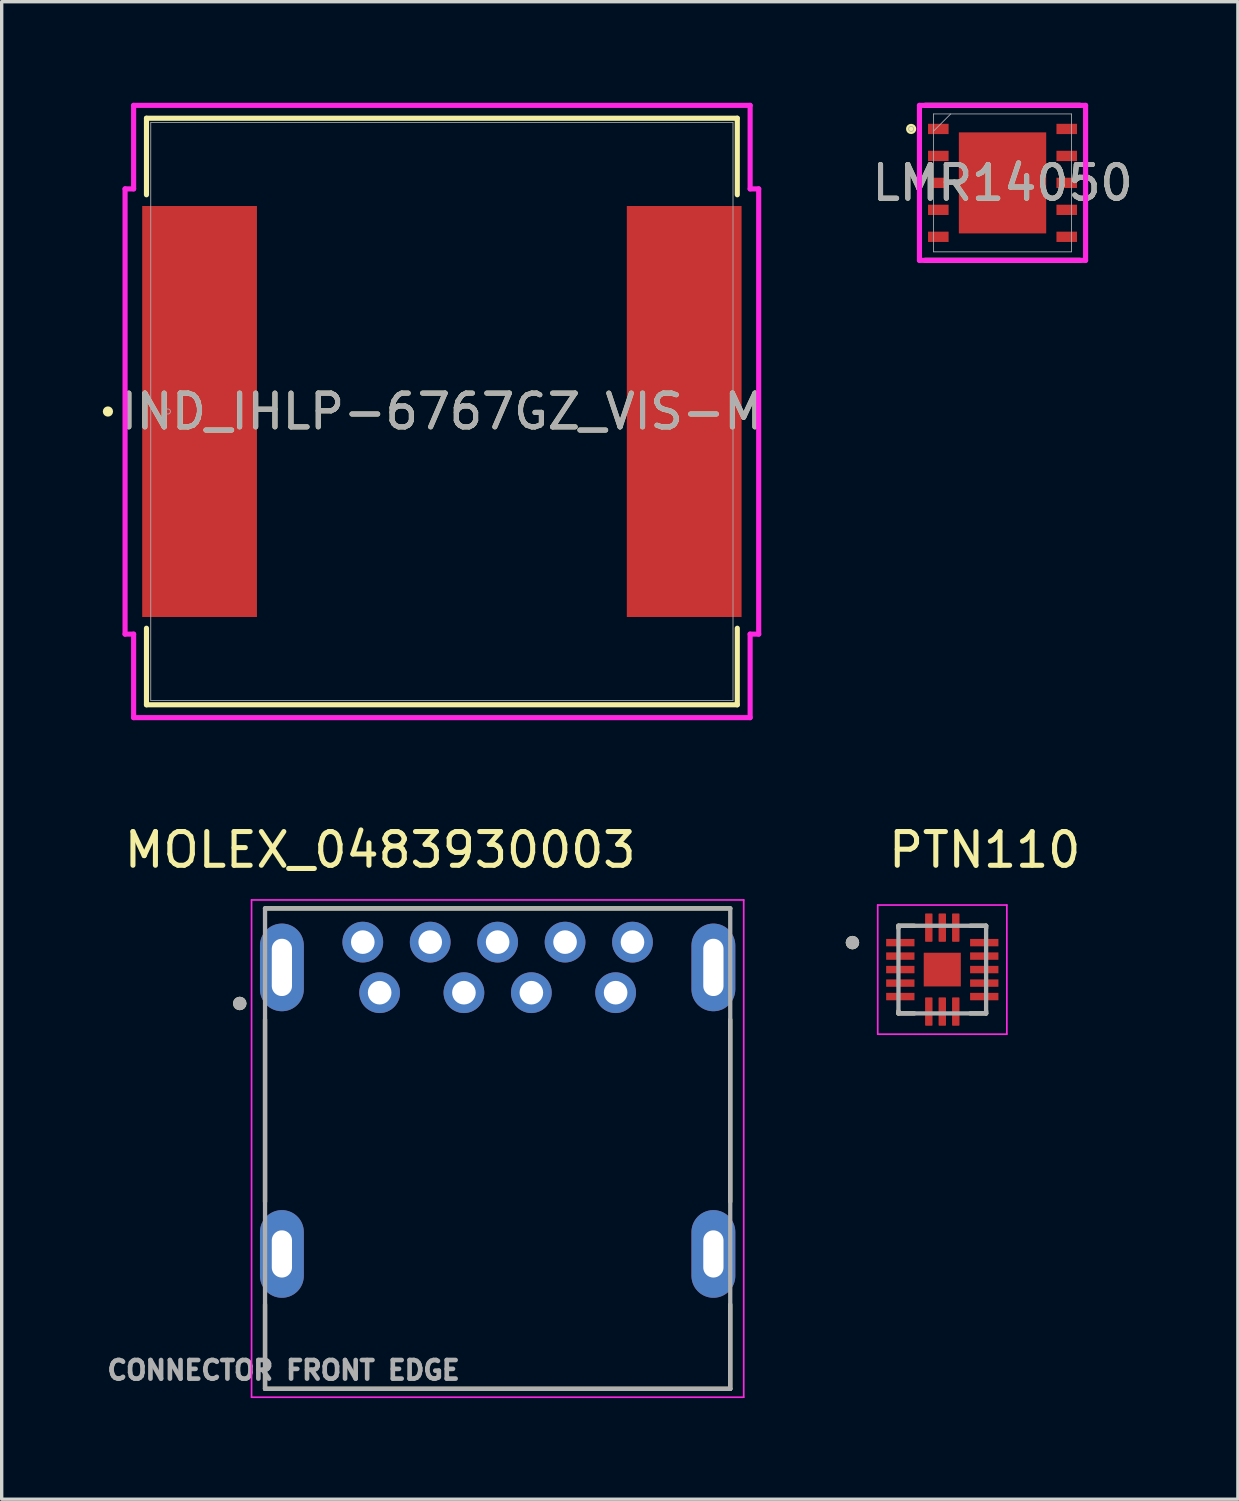
<source format=kicad_pcb>
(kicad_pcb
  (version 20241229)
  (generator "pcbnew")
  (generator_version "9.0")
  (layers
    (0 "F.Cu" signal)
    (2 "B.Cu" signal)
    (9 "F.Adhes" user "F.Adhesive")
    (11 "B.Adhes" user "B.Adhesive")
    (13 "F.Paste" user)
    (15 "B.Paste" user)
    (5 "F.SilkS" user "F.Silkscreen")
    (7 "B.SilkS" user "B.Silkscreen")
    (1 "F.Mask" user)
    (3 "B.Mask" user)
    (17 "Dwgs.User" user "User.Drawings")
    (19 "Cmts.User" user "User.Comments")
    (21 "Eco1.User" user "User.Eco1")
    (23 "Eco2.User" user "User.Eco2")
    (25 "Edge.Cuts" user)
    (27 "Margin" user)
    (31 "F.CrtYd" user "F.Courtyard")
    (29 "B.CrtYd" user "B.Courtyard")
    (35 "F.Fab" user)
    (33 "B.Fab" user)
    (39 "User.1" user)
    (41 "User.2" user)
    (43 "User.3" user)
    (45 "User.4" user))
  (footprint "MOLEX_0483930003"
    (layer "F.Cu")
    (at 11.712 31.022)
    (property "Reference" "MOLEX_0483930003" (at -3.485 -8.86 0) (layer "F.SilkS") (effects (font (size 1 1) (thickness 0.15))))
    (attr through_hole)
    (fp_line (start -6.9 -3.825) (end -6.9 1.575) (stroke (width 0.127) (type solid)) (layer "F.SilkS"))
    (fp_line (start -6.9 4.625) (end -6.9 7.125) (stroke (width 0.127) (type solid)) (layer "F.SilkS"))
    (fp_line (start -6.9 7.125) (end 6.9 7.125) (stroke (width 0.127) (type solid)) (layer "F.SilkS"))
    (fp_line (start 6.9 -7.125) (end -6.9 -7.125) (stroke (width 0.127) (type solid)) (layer "F.SilkS"))
    (fp_line (start 6.9 -3.825) (end 6.9 1.575) (stroke (width 0.127) (type solid)) (layer "F.SilkS"))
    (fp_line (start 6.9 4.625) (end 6.9 7.125) (stroke (width 0.127) (type solid)) (layer "F.SilkS"))
    (fp_circle (center -7.65 -4.305) (end -7.55 -4.305) (stroke (width 0.2) (type solid)) (fill no) (layer "F.SilkS"))
    (fp_line (start -7.3 -7.375) (end -7.3 7.375) (stroke (width 0.05) (type solid)) (layer "F.CrtYd"))
    (fp_line (start -7.3 7.375) (end 7.3 7.375) (stroke (width 0.05) (type solid)) (layer "F.CrtYd"))
    (fp_line (start 7.3 -7.375) (end -7.3 -7.375) (stroke (width 0.05) (type solid)) (layer "F.CrtYd"))
    (fp_line (start 7.3 7.375) (end 7.3 -7.375) (stroke (width 0.05) (type solid)) (layer "F.CrtYd"))
    (fp_line (start -6.9 -7.125) (end -6.9 7.125) (stroke (width 0.127) (type solid)) (layer "F.Fab"))
    (fp_line (start -6.9 7.125) (end 6.9 7.125) (stroke (width 0.127) (type solid)) (layer "F.Fab"))
    (fp_line (start 6.9 -7.125) (end -6.9 -7.125) (stroke (width 0.127) (type solid)) (layer "F.Fab"))
    (fp_line (start 6.9 7.125) (end 6.9 -7.125) (stroke (width 0.127) (type solid)) (layer "F.Fab"))
    (fp_circle (center -7.65 -4.305) (end -7.55 -4.305) (stroke (width 0.2) (type solid)) (fill no) (layer "F.Fab"))
    (fp_text user "CONNECTOR FRONT EDGE" (at -6.35 6.575 0) (layer "F.Fab") (effects (font (size 0.551 0.551) (thickness 0.15))))
    (pad "1" thru_hole circle (at -3.5 -4.625) (size 1.208 1.208) (drill 0.7) (layers "*.Cu" "*.Mask"))
    (pad "2" thru_hole circle (at -1 -4.625) (size 1.208 1.208) (drill 0.7) (layers "*.Cu" "*.Mask"))
    (pad "3" thru_hole circle (at 1 -4.625) (size 1.208 1.208) (drill 0.7) (layers "*.Cu" "*.Mask"))
    (pad "4" thru_hole circle (at 3.5 -4.625) (size 1.208 1.208) (drill 0.7) (layers "*.Cu" "*.Mask"))
    (pad "5" thru_hole circle (at 4 -6.125) (size 1.208 1.208) (drill 0.7) (layers "*.Cu" "*.Mask"))
    (pad "6" thru_hole circle (at 2 -6.125) (size 1.208 1.208) (drill 0.7) (layers "*.Cu" "*.Mask"))
    (pad "7" thru_hole circle (at 0 -6.125) (size 1.208 1.208) (drill 0.7) (layers "*.Cu" "*.Mask"))
    (pad "8" thru_hole circle (at -2 -6.125) (size 1.208 1.208) (drill 0.7) (layers "*.Cu" "*.Mask"))
    (pad "9" thru_hole circle (at -4 -6.125) (size 1.208 1.208) (drill 0.7) (layers "*.Cu" "*.Mask"))
    (pad "S1" thru_hole oval (at -6.4 -5.375) (size 1.3 2.6) (drill oval 0.6 1.7) (layers "*.Cu" "*.Mask"))
    (pad "S2" thru_hole oval (at 6.4 -5.375) (size 1.3 2.6) (drill oval 0.6 1.7) (layers "*.Cu" "*.Mask"))
    (pad "S3" thru_hole oval (at -6.4 3.125) (size 1.3 2.6) (drill oval 0.6 1.4) (layers "*.Cu" "*.Mask"))
    (pad "S4" thru_hole oval (at 6.4 3.125) (size 1.3 2.6) (drill oval 0.6 1.4) (layers "*.Cu" "*.Mask")))
  (footprint "IND_IHLP-6767GZ_VIS-M"
    (layer "F.Cu")
    (at 10.058 9.157)
    (property "Reference" "IND_IHLP-6767GZ_VIS-M" (at 0 0 0) (unlocked yes) (layer "F.SilkS") (effects (font (size 1 1) (thickness 0.15))))
    (attr smd)
    (fp_line (start -8.763 -8.7) (end -8.763 -6.429) (stroke (width 0.152) (type solid)) (layer "F.SilkS"))
    (fp_line (start -8.763 6.429) (end -8.763 8.7) (stroke (width 0.152) (type solid)) (layer "F.SilkS"))
    (fp_line (start -8.763 8.7) (end 8.763 8.7) (stroke (width 0.152) (type solid)) (layer "F.SilkS"))
    (fp_line (start 8.763 -8.7) (end -8.763 -8.7) (stroke (width 0.152) (type solid)) (layer "F.SilkS"))
    (fp_line (start 8.763 -6.429) (end 8.763 -8.7) (stroke (width 0.152) (type solid)) (layer "F.SilkS"))
    (fp_line (start 8.763 8.7) (end 8.763 6.429) (stroke (width 0.152) (type solid)) (layer "F.SilkS"))
    (fp_circle (center -9.906 0) (end -9.83 0) (stroke (width 0.152) (type solid)) (fill no) (layer "F.SilkS"))
    (fp_line (start -9.398 -6.604) (end -9.144 -6.604) (stroke (width 0.152) (type solid)) (layer "F.CrtYd"))
    (fp_line (start -9.398 6.604) (end -9.398 -6.604) (stroke (width 0.152) (type solid)) (layer "F.CrtYd"))
    (fp_line (start -9.144 -9.081) (end 9.144 -9.081) (stroke (width 0.152) (type solid)) (layer "F.CrtYd"))
    (fp_line (start -9.144 -6.604) (end -9.144 -9.081) (stroke (width 0.152) (type solid)) (layer "F.CrtYd"))
    (fp_line (start -9.144 6.604) (end -9.398 6.604) (stroke (width 0.152) (type solid)) (layer "F.CrtYd"))
    (fp_line (start -9.144 9.081) (end -9.144 6.604) (stroke (width 0.152) (type solid)) (layer "F.CrtYd"))
    (fp_line (start 9.144 -9.081) (end 9.144 -6.604) (stroke (width 0.152) (type solid)) (layer "F.CrtYd"))
    (fp_line (start 9.144 -6.604) (end 9.398 -6.604) (stroke (width 0.152) (type solid)) (layer "F.CrtYd"))
    (fp_line (start 9.144 6.604) (end 9.144 9.081) (stroke (width 0.152) (type solid)) (layer "F.CrtYd"))
    (fp_line (start 9.144 9.081) (end -9.144 9.081) (stroke (width 0.152) (type solid)) (layer "F.CrtYd"))
    (fp_line (start 9.398 -6.604) (end 9.398 6.604) (stroke (width 0.152) (type solid)) (layer "F.CrtYd"))
    (fp_line (start 9.398 6.604) (end 9.144 6.604) (stroke (width 0.152) (type solid)) (layer "F.CrtYd"))
    (fp_line (start -8.636 -8.572) (end -8.636 8.572) (stroke (width 0.025) (type solid)) (layer "F.Fab"))
    (fp_line (start -8.636 8.572) (end 8.636 8.572) (stroke (width 0.025) (type solid)) (layer "F.Fab"))
    (fp_line (start 8.636 -8.572) (end -8.636 -8.572) (stroke (width 0.025) (type solid)) (layer "F.Fab"))
    (fp_line (start 8.636 8.572) (end 8.636 -8.572) (stroke (width 0.025) (type solid)) (layer "F.Fab"))
    (fp_circle (center -8.128 0) (end -8.052 0) (stroke (width 0.025) (type solid)) (fill no) (layer "F.Fab"))
    (fp_text user "${REFERENCE}" (at 0 0 0) (unlocked yes) (layer "F.Fab") (effects (font (size 1 1) (thickness 0.15))))
    (pad "1" smd rect (at -7.188 0 90) (size 12.192 3.404) (layers "F.Cu" "F.Mask" "F.Paste"))
    (pad "2" smd rect (at 7.188 0 90) (size 12.192 3.404) (layers "F.Cu" "F.Mask" "F.Paste"))
    (zone (net_name "") (layer "F.Cu") (hatch full 0.508) (connect_pads) (min_thickness 0.254) (filled_areas_thickness no) (keepout (tracks not_allowed) (vias not_allowed) (pads allowed) (copperpour not_allowed) (footprints allowed)) (placement (enabled no)) (fill) (polygon (pts (xy 1.473 0.635) (xy 18.644 0.635) (xy 18.644 3.01) (xy 1.473 3.01))))
    (zone (net_name "") (layer "F.Cu") (hatch full 0.508) (connect_pads) (min_thickness 0.254) (filled_areas_thickness no) (keepout (tracks not_allowed) (vias not_allowed) (pads allowed) (copperpour not_allowed) (footprints allowed)) (placement (enabled no)) (fill) (polygon (pts (xy 1.473 15.303) (xy 18.644 15.303) (xy 18.644 17.678) (xy 1.473 17.678))))
    (zone (net_name "") (layer "F.Cu") (hatch full 0.508) (connect_pads) (min_thickness 0.254) (filled_areas_thickness no) (keepout (tracks not_allowed) (vias not_allowed) (pads allowed) (copperpour not_allowed) (footprints allowed)) (placement (enabled no)) (fill) (polygon (pts (xy 4.623 3.01) (xy 15.494 3.01) (xy 15.494 15.303) (xy 4.623 15.303)))))
  (footprint "LMR14050"
    (layer "F.Cu")
    (at 26.689 2.375)
    (property "Reference" "LMR14050" (at 0 0 0) (unlocked yes) (layer "F.SilkS") (effects (font (size 1 1) (thickness 0.15))))
    (attr smd)
    (fp_line (start -2.299 2.299) (end 2.299 2.299) (stroke (width 0.152) (type solid)) (layer "F.SilkS"))
    (fp_line (start 2.299 -2.299) (end -2.299 -2.299) (stroke (width 0.152) (type solid)) (layer "F.SilkS"))
    (fp_circle (center -2.711 -1.6) (end -2.635 -1.6) (stroke (width 0.152) (type solid)) (fill no) (layer "F.SilkS"))
    (fp_poly (pts (xy -2.413 -1.752) (xy -2.413 -1.448) (xy -1.803 -1.448) (xy -1.803 -1.752)) (stroke (width 0) (type solid)) (fill yes) (layer "F.Paste"))
    (fp_poly (pts (xy -2.413 -0.952) (xy -2.413 -0.648) (xy -1.803 -0.648) (xy -1.803 -0.952)) (stroke (width 0) (type solid)) (fill yes) (layer "F.Paste"))
    (fp_poly (pts (xy -2.413 -0.152) (xy -2.413 0.152) (xy -1.803 0.152) (xy -1.803 -0.152)) (stroke (width 0) (type solid)) (fill yes) (layer "F.Paste"))
    (fp_poly (pts (xy -2.413 0.648) (xy -2.413 0.952) (xy -1.803 0.952) (xy -1.803 0.648)) (stroke (width 0) (type solid)) (fill yes) (layer "F.Paste"))
    (fp_poly (pts (xy -2.413 1.448) (xy -2.413 1.752) (xy -1.803 1.752) (xy -1.803 1.448)) (stroke (width 0) (type solid)) (fill yes) (layer "F.Paste"))
    (fp_poly (pts (xy -1.192 -1.395) (xy -1.192 -0.1) (xy -0.1 -0.1) (xy -0.1 -1.395)) (stroke (width 0) (type solid)) (fill yes) (layer "F.Paste"))
    (fp_poly (pts (xy -1.192 0.1) (xy -1.192 1.395) (xy -0.1 1.395) (xy -0.1 0.1)) (stroke (width 0) (type solid)) (fill yes) (layer "F.Paste"))
    (fp_poly (pts (xy 0.1 -1.395) (xy 0.1 -0.1) (xy 1.192 -0.1) (xy 1.192 -1.395)) (stroke (width 0) (type solid)) (fill yes) (layer "F.Paste"))
    (fp_poly (pts (xy 0.1 0.1) (xy 0.1 1.395) (xy 1.192 1.395) (xy 1.192 0.1)) (stroke (width 0) (type solid)) (fill yes) (layer "F.Paste"))
    (fp_poly (pts (xy 1.803 -1.752) (xy 1.803 -1.448) (xy 2.413 -1.448) (xy 2.413 -1.752)) (stroke (width 0) (type solid)) (fill yes) (layer "F.Paste"))
    (fp_poly (pts (xy 1.803 -0.952) (xy 1.803 -0.648) (xy 2.413 -0.648) (xy 2.413 -0.952)) (stroke (width 0) (type solid)) (fill yes) (layer "F.Paste"))
    (fp_poly (pts (xy 1.803 -0.152) (xy 1.803 0.152) (xy 2.413 0.152) (xy 2.413 -0.152)) (stroke (width 0) (type solid)) (fill yes) (layer "F.Paste"))
    (fp_poly (pts (xy 1.803 0.648) (xy 1.803 0.952) (xy 2.413 0.952) (xy 2.413 0.648)) (stroke (width 0) (type solid)) (fill yes) (layer "F.Paste"))
    (fp_poly (pts (xy 1.803 1.448) (xy 1.803 1.752) (xy 2.413 1.752) (xy 2.413 1.448)) (stroke (width 0) (type solid)) (fill yes) (layer "F.Paste"))
    (fp_line (start -2.464 -2.299) (end 2.464 -2.299) (stroke (width 0.152) (type solid)) (layer "F.CrtYd"))
    (fp_line (start -2.464 2.299) (end -2.464 -2.299) (stroke (width 0.152) (type solid)) (layer "F.CrtYd"))
    (fp_line (start 2.464 -2.299) (end 2.464 2.299) (stroke (width 0.152) (type solid)) (layer "F.CrtYd"))
    (fp_line (start 2.464 2.299) (end -2.464 2.299) (stroke (width 0.152) (type solid)) (layer "F.CrtYd"))
    (fp_line (start -2.045 -2.045) (end -2.045 2.045) (stroke (width 0.025) (type solid)) (layer "F.Fab"))
    (fp_line (start -2.045 2.045) (end 2.045 2.045) (stroke (width 0.025) (type solid)) (layer "F.Fab"))
    (fp_line (start -1.537 -2.045) (end -2.045 -1.537) (stroke (width 0.025) (type solid)) (layer "F.Fab"))
    (fp_line (start 2.045 -2.045) (end -2.045 -2.045) (stroke (width 0.025) (type solid)) (layer "F.Fab"))
    (fp_line (start 2.045 2.045) (end 2.045 -2.045) (stroke (width 0.025) (type solid)) (layer "F.Fab"))
    (fp_circle (center -2.711 -1.6) (end -2.635 -1.6) (stroke (width 0.025) (type solid)) (fill no) (layer "F.Fab"))
    (fp_text user "${REFERENCE}" (at 0 0 0) (unlocked yes) (layer "F.Fab") (effects (font (size 1 1) (thickness 0.15))))
    (pad "1" smd rect (at -1.905 -1.6) (size 0.61 0.305) (layers "F.Cu" "F.Mask"))
    (pad "2" smd rect (at -1.905 -0.8) (size 0.61 0.305) (layers "F.Cu" "F.Mask"))
    (pad "3" smd rect (at -1.905 0) (size 0.61 0.305) (layers "F.Cu" "F.Mask"))
    (pad "4" smd rect (at -1.905 0.8) (size 0.61 0.305) (layers "F.Cu" "F.Mask"))
    (pad "5" smd rect (at -1.905 1.6) (size 0.61 0.305) (layers "F.Cu" "F.Mask"))
    (pad "6" smd rect (at 1.905 1.6) (size 0.61 0.305) (layers "F.Cu" "F.Mask"))
    (pad "7" smd rect (at 1.905 0.8) (size 0.61 0.305) (layers "F.Cu" "F.Mask"))
    (pad "8" smd rect (at 1.905 0) (size 0.61 0.305) (layers "F.Cu" "F.Mask"))
    (pad "9" smd rect (at 1.905 -0.8) (size 0.61 0.305) (layers "F.Cu" "F.Mask"))
    (pad "10" smd rect (at 1.905 -1.6) (size 0.61 0.305) (layers "F.Cu" "F.Mask"))
    (pad "11" smd rect (at 0 0) (size 2.591 2.997) (layers "F.Cu" "F.Mask")))
  (footprint "PTN110"
    (layer "F.Cu")
    (at 24.902 25.712)
    (property "Reference" "PTN110" (at 1.26 -3.55 0) (layer "F.SilkS") (effects (font (size 1 1) (thickness 0.15))))
    (attr smd)
    (fp_line (start -1.3 -1.23) (end -1.3 -1.3) (stroke (width 0.127) (type solid)) (layer "F.SilkS"))
    (fp_line (start -1.3 1.3) (end -1.3 1.23) (stroke (width 0.127) (type solid)) (layer "F.SilkS"))
    (fp_line (start -0.83 -1.3) (end -1.3 -1.3) (stroke (width 0.127) (type solid)) (layer "F.SilkS"))
    (fp_line (start -0.83 1.3) (end -1.3 1.3) (stroke (width 0.127) (type solid)) (layer "F.SilkS"))
    (fp_line (start 1.3 -1.3) (end 0.83 -1.3) (stroke (width 0.127) (type solid)) (layer "F.SilkS"))
    (fp_line (start 1.3 -1.23) (end 1.3 -1.3) (stroke (width 0.127) (type solid)) (layer "F.SilkS"))
    (fp_line (start 1.3 1.3) (end 0.83 1.3) (stroke (width 0.127) (type solid)) (layer "F.SilkS"))
    (fp_line (start 1.3 1.3) (end 1.3 1.23) (stroke (width 0.127) (type solid)) (layer "F.SilkS"))
    (fp_circle (center -2.665 -0.8) (end -2.565 -0.8) (stroke (width 0.2) (type solid)) (fill no) (layer "F.SilkS"))
    (fp_poly (pts (xy -0.35 -0.32) (xy 0.35 -0.32) (xy 0.35 0.32) (xy -0.35 0.32)) (stroke (width 0.01) (type solid)) (fill yes) (layer "F.Paste"))
    (fp_line (start -1.915 -1.915) (end -1.915 1.915) (stroke (width 0.05) (type solid)) (layer "F.CrtYd"))
    (fp_line (start -1.915 1.915) (end 1.915 1.915) (stroke (width 0.05) (type solid)) (layer "F.CrtYd"))
    (fp_line (start 1.915 -1.915) (end -1.915 -1.915) (stroke (width 0.05) (type solid)) (layer "F.CrtYd"))
    (fp_line (start 1.915 1.915) (end 1.915 -1.915) (stroke (width 0.05) (type solid)) (layer "F.CrtYd"))
    (fp_line (start -1.3 1.3) (end -1.3 -1.3) (stroke (width 0.127) (type solid)) (layer "F.Fab"))
    (fp_line (start 1.3 -1.3) (end -1.3 -1.3) (stroke (width 0.127) (type solid)) (layer "F.Fab"))
    (fp_line (start 1.3 1.3) (end -1.3 1.3) (stroke (width 0.127) (type solid)) (layer "F.Fab"))
    (fp_line (start 1.3 1.3) (end 1.3 -1.3) (stroke (width 0.127) (type solid)) (layer "F.Fab"))
    (fp_circle (center -2.665 -0.8) (end -2.565 -0.8) (stroke (width 0.2) (type solid)) (fill no) (layer "F.Fab"))
    (pad "1" smd roundrect (at -1.245 -0.8) (size 0.84 0.22) (layers "F.Cu" "F.Mask" "F.Paste") (roundrect_rratio 0.03))
    (pad "2" smd roundrect (at -1.245 -0.4) (size 0.84 0.22) (layers "F.Cu" "F.Mask" "F.Paste") (roundrect_rratio 0.03))
    (pad "3" smd roundrect (at -1.245 0) (size 0.84 0.22) (layers "F.Cu" "F.Mask" "F.Paste") (roundrect_rratio 0.03))
    (pad "4" smd roundrect (at -1.245 0.4) (size 0.84 0.22) (layers "F.Cu" "F.Mask" "F.Paste") (roundrect_rratio 0.03))
    (pad "5" smd roundrect (at -1.245 0.8) (size 0.84 0.22) (layers "F.Cu" "F.Mask" "F.Paste") (roundrect_rratio 0.03))
    (pad "6" smd roundrect (at -0.4 1.245) (size 0.22 0.84) (layers "F.Cu" "F.Mask" "F.Paste") (roundrect_rratio 0.1))
    (pad "7" smd roundrect (at 0 1.245) (size 0.22 0.84) (layers "F.Cu" "F.Mask" "F.Paste") (roundrect_rratio 0.1))
    (pad "8" smd roundrect (at 0.4 1.245) (size 0.22 0.84) (layers "F.Cu" "F.Mask" "F.Paste") (roundrect_rratio 0.1))
    (pad "9" smd roundrect (at 1.245 0.8) (size 0.84 0.22) (layers "F.Cu" "F.Mask" "F.Paste") (roundrect_rratio 0.03))
    (pad "10" smd roundrect (at 1.245 0.4) (size 0.84 0.22) (layers "F.Cu" "F.Mask" "F.Paste") (roundrect_rratio 0.03))
    (pad "11" smd roundrect (at 1.245 0) (size 0.84 0.22) (layers "F.Cu" "F.Mask" "F.Paste") (roundrect_rratio 0.03))
    (pad "12" smd roundrect (at 1.245 -0.4) (size 0.84 0.22) (layers "F.Cu" "F.Mask" "F.Paste") (roundrect_rratio 0.03))
    (pad "13" smd roundrect (at 1.245 -0.8) (size 0.84 0.22) (layers "F.Cu" "F.Mask" "F.Paste") (roundrect_rratio 0.03))
    (pad "14" smd roundrect (at 0.4 -1.245) (size 0.22 0.84) (layers "F.Cu" "F.Mask" "F.Paste") (roundrect_rratio 0.1))
    (pad "15" smd roundrect (at 0 -1.245) (size 0.22 0.84) (layers "F.Cu" "F.Mask" "F.Paste") (roundrect_rratio 0.1))
    (pad "16" smd roundrect (at -0.4 -1.245) (size 0.22 0.84) (layers "F.Cu" "F.Mask" "F.Paste") (roundrect_rratio 0.1))
    (pad "17" smd rect (at 0 0) (size 1.1 1) (layers "F.Cu" "F.Mask")))
  (gr_rect
    (start -3 -3)
    (end 33.671 41.422)
    (stroke (width 0.1) (type default))
    (fill no)
    (layer "Edge.Cuts")))
</source>
